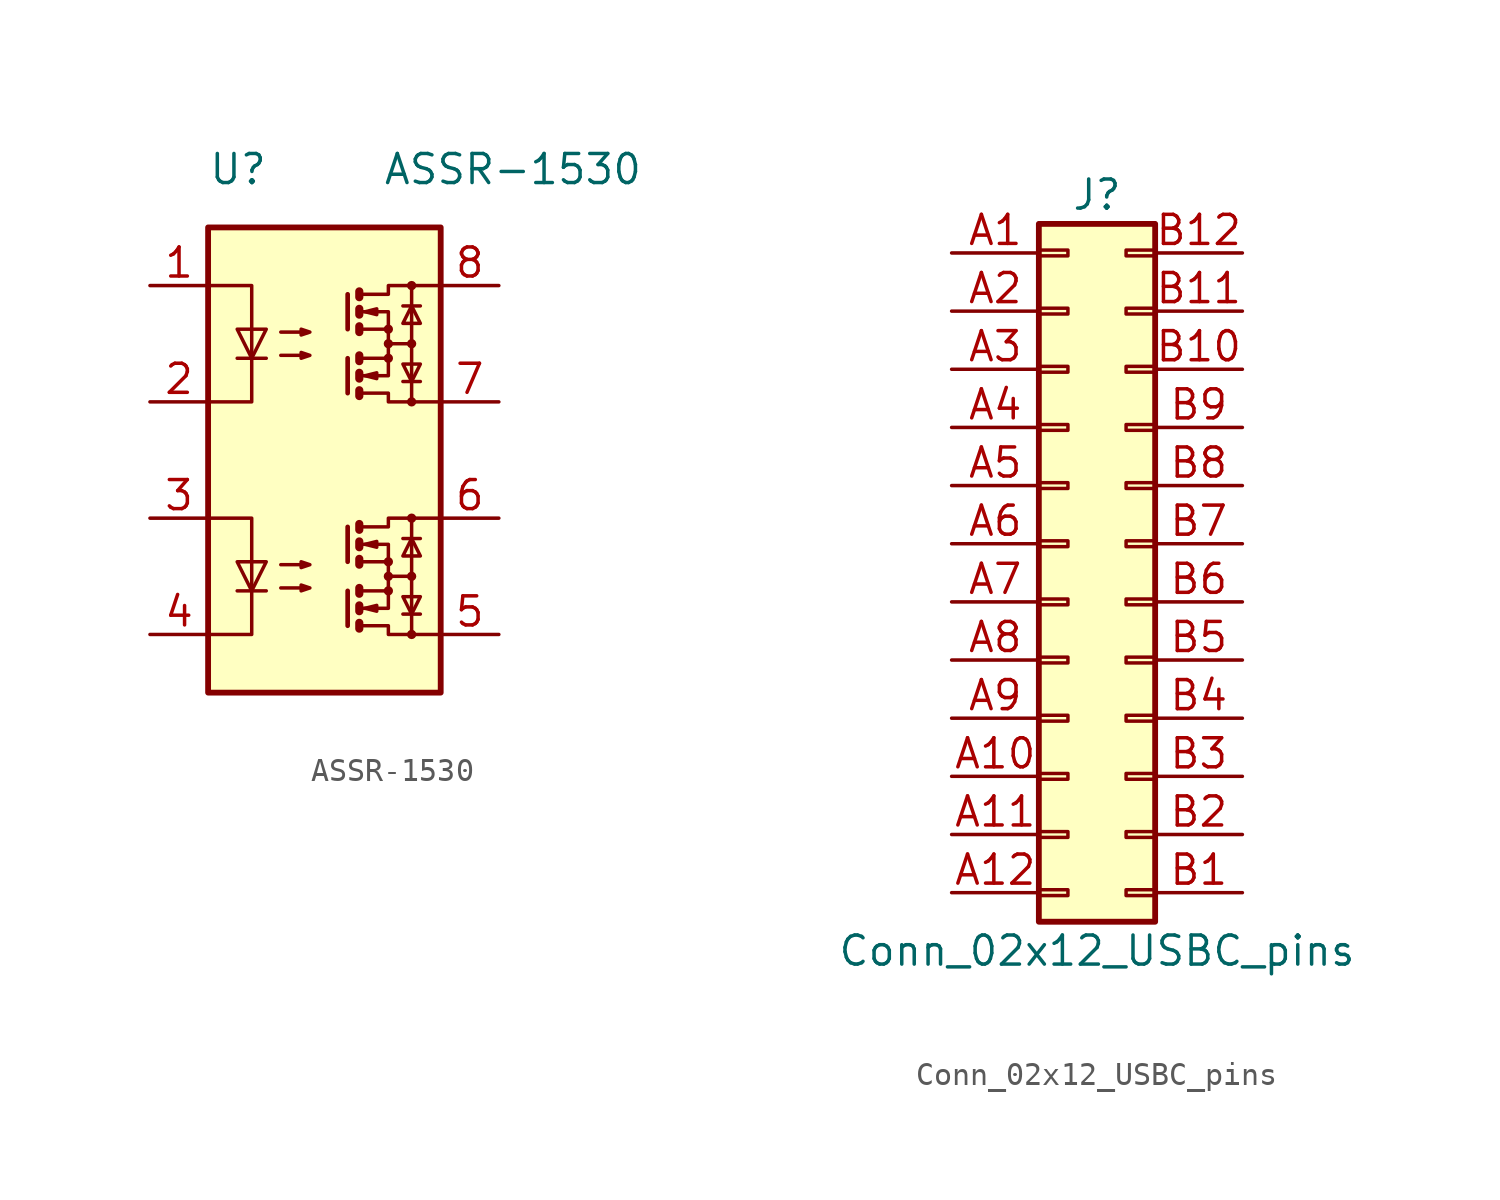
<source format=kicad_sym>
(kicad_symbol_lib
  (version 20201005)
  (generator kicad_symbol_editor)
  (symbol "ASSR-1530"
    (pin_names
      (offset 1.016))
    (property "Reference" "U"
      (at -5.08 12.7 0)
      (effects (font (size 1.27 1.27)) (justify left)))
    (property "Value" "ASSR-1530"
      (at 2.54 12.7 0)
      (effects (font (size 1.27 1.27)) (justify left)))
    (symbol "ASSR-1530_0_1"
      (circle (center 2.794 4.445) (radius 0.127) (stroke (width 0)) (fill (type none)))
      (circle (center 2.794 5.08) (radius 0.127) (stroke (width 0)) (fill (type none)))
      (circle (center 2.794 5.715) (radius 0.127) (stroke (width 0)) (fill (type none)))
      (circle (center 3.81 2.54) (radius 0.127) (stroke (width 0)) (fill (type none)))
      (circle (center 3.81 5.08) (radius 0.127) (stroke (width 0)) (fill (type none)))
      (circle (center 3.81 7.62) (radius 0.127) (stroke (width 0)) (fill (type none)))
      (rectangle (start -5.08 -10.16) (end 5.08 10.16) (stroke (width 0.254)) (fill (type background)))
      (polyline (pts (xy -3.81 4.445) (xy -2.54 4.445)) (stroke (width 0)) (fill (type none)))
      (polyline (pts (xy -3.175 5.715) (xy -3.175 4.445)) (stroke (width 0)) (fill (type none)))
      (polyline (pts (xy 1.016 4.445) (xy 1.016 2.921)) (stroke (width 0.203)) (fill (type none)))
      (polyline (pts (xy 1.016 7.239) (xy 1.016 5.715)) (stroke (width 0.203)) (fill (type none)))
      (polyline (pts (xy 1.524 4.572) (xy 1.524 4.318)) (stroke (width 0.356)) (fill (type none)))
      (polyline (pts (xy 2.794 5.08) (xy 3.81 5.08)) (stroke (width 0)) (fill (type none)))
      (polyline (pts (xy 3.429 3.429) (xy 4.191 3.429)) (stroke (width 0)) (fill (type none)))
      (polyline (pts (xy 3.429 6.731) (xy 4.191 6.731)) (stroke (width 0)) (fill (type none)))
      (polyline (pts (xy 3.81 5.08) (xy 3.81 2.54)) (stroke (width 0)) (fill (type none)))
      (polyline (pts (xy 3.81 5.08) (xy 3.81 7.62)) (stroke (width 0)) (fill (type none)))
      (polyline (pts (xy -5.08 7.62) (xy -3.175 7.62) (xy -3.175 5.715)) (stroke (width 0)) (fill (type none)))
      (polyline (pts (xy -3.175 4.445) (xy -3.175 2.54) (xy -5.08 2.54)) (stroke (width 0)) (fill (type none)))
      (polyline (pts (xy 1.524 3.048) (xy 1.524 2.794) (xy 1.524 2.794)) (stroke (width 0.356)) (fill (type none)))
      (polyline (pts (xy 1.524 3.81) (xy 1.524 3.556) (xy 1.524 3.556)) (stroke (width 0.356)) (fill (type none)))
      (polyline (pts (xy 1.524 5.842) (xy 1.524 5.588) (xy 1.524 5.588)) (stroke (width 0.356)) (fill (type none)))
      (polyline (pts (xy 1.524 6.604) (xy 1.524 6.35) (xy 1.524 6.35)) (stroke (width 0.356)) (fill (type none)))
      (polyline (pts (xy 1.524 7.366) (xy 1.524 7.112) (xy 1.524 7.112)) (stroke (width 0.356)) (fill (type none)))
      (polyline (pts (xy 1.651 3.683) (xy 2.794 3.683) (xy 2.794 4.445)) (stroke (width 0)) (fill (type none)))
      (polyline (pts (xy 1.651 6.477) (xy 2.794 6.477) (xy 2.794 5.715)) (stroke (width 0)) (fill (type none)))
      (polyline (pts (xy -3.175 4.445) (xy -3.81 5.715) (xy -2.54 5.715) (xy -3.175 4.445)) (stroke (width 0)) (fill (type none)))
      (polyline (pts (xy 1.651 2.921) (xy 2.794 2.921) (xy 2.794 2.54) (xy 5.08 2.54)) (stroke (width 0)) (fill (type none)))
      (polyline (pts (xy 1.651 4.445) (xy 2.794 4.445) (xy 2.794 5.715) (xy 1.651 5.715)) (stroke (width 0)) (fill (type none)))
      (polyline (pts (xy 1.651 7.239) (xy 2.794 7.239) (xy 2.794 7.62) (xy 5.08 7.62)) (stroke (width 0)) (fill (type none)))
      (polyline (pts (xy 1.778 3.683) (xy 2.286 3.81) (xy 2.286 3.556) (xy 1.778 3.683)) (stroke (width 0)) (fill (type none)))
      (polyline (pts (xy 1.778 6.477) (xy 2.286 6.604) (xy 2.286 6.35) (xy 1.778 6.477)) (stroke (width 0)) (fill (type none)))
      (polyline (pts (xy 3.81 3.429) (xy 3.429 4.191) (xy 4.191 4.191) (xy 3.81 3.429)) (stroke (width 0)) (fill (type none)))
      (polyline (pts (xy 3.81 6.731) (xy 3.429 5.969) (xy 4.191 5.969) (xy 3.81 6.731)) (stroke (width 0)) (fill (type none)))
      (polyline (pts (xy -1.905 4.572) (xy -0.635 4.572) (xy -1.016 4.445) (xy -1.016 4.699) (xy -0.635 4.572)) (stroke (width 0)) (fill (type none)))
      (polyline (pts (xy -1.905 5.588) (xy -0.635 5.588) (xy -1.016 5.461) (xy -1.016 5.715) (xy -0.635 5.588)) (stroke (width 0)) (fill (type none))))
    (symbol "ASSR-1530_1_1"
      (circle (center 2.794 -5.715) (radius 0.127) (stroke (width 0)) (fill (type none)))
      (circle (center 2.794 -5.08) (radius 0.127) (stroke (width 0)) (fill (type none)))
      (circle (center 2.794 -4.445) (radius 0.127) (stroke (width 0)) (fill (type none)))
      (circle (center 3.81 -7.62) (radius 0.127) (stroke (width 0)) (fill (type none)))
      (circle (center 3.81 -5.08) (radius 0.127) (stroke (width 0)) (fill (type none)))
      (circle (center 3.81 -2.54) (radius 0.127) (stroke (width 0)) (fill (type none)))
      (polyline (pts (xy -3.81 -5.715) (xy -2.54 -5.715)) (stroke (width 0)) (fill (type none)))
      (polyline (pts (xy -3.175 -4.445) (xy -3.175 -5.715)) (stroke (width 0)) (fill (type none)))
      (polyline (pts (xy 1.016 -5.715) (xy 1.016 -7.239)) (stroke (width 0.203)) (fill (type none)))
      (polyline (pts (xy 1.016 -2.921) (xy 1.016 -4.445)) (stroke (width 0.203)) (fill (type none)))
      (polyline (pts (xy 1.524 -5.588) (xy 1.524 -5.842)) (stroke (width 0.356)) (fill (type none)))
      (polyline (pts (xy 2.794 -5.08) (xy 3.81 -5.08)) (stroke (width 0)) (fill (type none)))
      (polyline (pts (xy 3.429 -6.731) (xy 4.191 -6.731)) (stroke (width 0)) (fill (type none)))
      (polyline (pts (xy 3.429 -3.429) (xy 4.191 -3.429)) (stroke (width 0)) (fill (type none)))
      (polyline (pts (xy 3.81 -5.08) (xy 3.81 -7.62)) (stroke (width 0)) (fill (type none)))
      (polyline (pts (xy 3.81 -5.08) (xy 3.81 -2.54)) (stroke (width 0)) (fill (type none)))
      (polyline (pts (xy -5.08 -2.54) (xy -3.175 -2.54) (xy -3.175 -4.445)) (stroke (width 0)) (fill (type none)))
      (polyline (pts (xy -3.175 -5.715) (xy -3.175 -7.62) (xy -5.08 -7.62)) (stroke (width 0)) (fill (type none)))
      (polyline (pts (xy 1.524 -7.112) (xy 1.524 -7.366) (xy 1.524 -7.366)) (stroke (width 0.356)) (fill (type none)))
      (polyline (pts (xy 1.524 -6.35) (xy 1.524 -6.604) (xy 1.524 -6.604)) (stroke (width 0.356)) (fill (type none)))
      (polyline (pts (xy 1.524 -4.318) (xy 1.524 -4.572) (xy 1.524 -4.572)) (stroke (width 0.356)) (fill (type none)))
      (polyline (pts (xy 1.524 -3.556) (xy 1.524 -3.81) (xy 1.524 -3.81)) (stroke (width 0.356)) (fill (type none)))
      (polyline (pts (xy 1.524 -2.794) (xy 1.524 -3.048) (xy 1.524 -3.048)) (stroke (width 0.356)) (fill (type none)))
      (polyline (pts (xy 1.651 -6.477) (xy 2.794 -6.477) (xy 2.794 -5.715)) (stroke (width 0)) (fill (type none)))
      (polyline (pts (xy 1.651 -3.683) (xy 2.794 -3.683) (xy 2.794 -4.445)) (stroke (width 0)) (fill (type none)))
      (polyline (pts (xy -3.175 -5.715) (xy -3.81 -4.445) (xy -2.54 -4.445) (xy -3.175 -5.715)) (stroke (width 0)) (fill (type none)))
      (polyline (pts (xy 1.651 -7.239) (xy 2.794 -7.239) (xy 2.794 -7.62) (xy 5.08 -7.62)) (stroke (width 0)) (fill (type none)))
      (polyline (pts (xy 1.651 -5.715) (xy 2.794 -5.715) (xy 2.794 -4.445) (xy 1.651 -4.445)) (stroke (width 0)) (fill (type none)))
      (polyline (pts (xy 1.651 -2.921) (xy 2.794 -2.921) (xy 2.794 -2.54) (xy 5.08 -2.54)) (stroke (width 0)) (fill (type none)))
      (polyline (pts (xy 1.778 -6.477) (xy 2.286 -6.35) (xy 2.286 -6.604) (xy 1.778 -6.477)) (stroke (width 0)) (fill (type none)))
      (polyline (pts (xy 1.778 -3.683) (xy 2.286 -3.556) (xy 2.286 -3.81) (xy 1.778 -3.683)) (stroke (width 0)) (fill (type none)))
      (polyline (pts (xy 3.81 -6.731) (xy 3.429 -5.969) (xy 4.191 -5.969) (xy 3.81 -6.731)) (stroke (width 0)) (fill (type none)))
      (polyline (pts (xy 3.81 -3.429) (xy 3.429 -4.191) (xy 4.191 -4.191) (xy 3.81 -3.429)) (stroke (width 0)) (fill (type none)))
      (polyline (pts (xy -1.905 -5.588) (xy -0.635 -5.588) (xy -1.016 -5.715) (xy -1.016 -5.461) (xy -0.635 -5.588)) (stroke (width 0)) (fill (type none)))
      (polyline (pts (xy -1.905 -4.572) (xy -0.635 -4.572) (xy -1.016 -4.699) (xy -1.016 -4.445) (xy -0.635 -4.572)) (stroke (width 0)) (fill (type none)))
      (pin passive line (at -7.62 7.62 0) (length 2.54) (name "~" (effects (font (size 1.27 1.27)))) (number "1" (effects (font (size 1.27 1.27)))))
      (pin passive line (at -7.62 2.54 0) (length 2.54) (name "~" (effects (font (size 1.27 1.27)))) (number "2" (effects (font (size 1.27 1.27)))))
      (pin passive line (at -7.62 -2.54 0) (length 2.54) (name "~" (effects (font (size 1.27 1.27)))) (number "3" (effects (font (size 1.27 1.27)))))
      (pin passive line (at -7.62 -7.62 0) (length 2.54) (name "~" (effects (font (size 1.27 1.27)))) (number "4" (effects (font (size 1.27 1.27)))))
      (pin passive line (at 7.62 -7.62 180) (length 2.54) (name "~" (effects (font (size 1.27 1.27)))) (number "5" (effects (font (size 1.27 1.27)))))
      (pin passive line (at 7.62 -2.54 180) (length 2.54) (name "~" (effects (font (size 1.27 1.27)))) (number "6" (effects (font (size 1.27 1.27)))))
      (pin passive line (at 7.62 2.54 180) (length 2.54) (name "~" (effects (font (size 1.27 1.27)))) (number "7" (effects (font (size 1.27 1.27)))))
      (pin passive line (at 7.62 7.62 180) (length 2.54) (name "~" (effects (font (size 1.27 1.27)))) (number "8" (effects (font (size 1.27 1.27)))))))
  (symbol "Conn_02x12_USBC_pins"
    (pin_names
      (offset 1.016) hide)
    (property "Reference" "J"
      (at 1.27 15.24 0)
      (effects (font (size 1.27 1.27))))
    (property "Value" "Conn_02x12_USBC_pins"
      (at 1.27 -17.78 0)
      (effects (font (size 1.27 1.27))))
    (symbol "Conn_02x12_USBC_pins_1_1"
      (rectangle (start -1.27 -15.113) (end 0 -15.367) (stroke (width 0.152)) (fill (type none)))
      (rectangle (start -1.27 -12.573) (end 0 -12.827) (stroke (width 0.152)) (fill (type none)))
      (rectangle (start -1.27 -10.033) (end 0 -10.287) (stroke (width 0.152)) (fill (type none)))
      (rectangle (start -1.27 -7.493) (end 0 -7.747) (stroke (width 0.152)) (fill (type none)))
      (rectangle (start -1.27 -4.953) (end 0 -5.207) (stroke (width 0.152)) (fill (type none)))
      (rectangle (start -1.27 -2.413) (end 0 -2.667) (stroke (width 0.152)) (fill (type none)))
      (rectangle (start -1.27 0.127) (end 0 -0.127) (stroke (width 0.152)) (fill (type none)))
      (rectangle (start -1.27 2.667) (end 0 2.413) (stroke (width 0.152)) (fill (type none)))
      (rectangle (start -1.27 5.207) (end 0 4.953) (stroke (width 0.152)) (fill (type none)))
      (rectangle (start -1.27 7.747) (end 0 7.493) (stroke (width 0.152)) (fill (type none)))
      (rectangle (start -1.27 10.287) (end 0 10.033) (stroke (width 0.152)) (fill (type none)))
      (rectangle (start -1.27 12.827) (end 0 12.573) (stroke (width 0.152)) (fill (type none)))
      (rectangle (start -1.27 13.97) (end 3.81 -16.51) (stroke (width 0.254)) (fill (type background)))
      (rectangle (start 3.81 -15.113) (end 2.54 -15.367) (stroke (width 0.152)) (fill (type none)))
      (rectangle (start 3.81 -12.573) (end 2.54 -12.827) (stroke (width 0.152)) (fill (type none)))
      (rectangle (start 3.81 -10.033) (end 2.54 -10.287) (stroke (width 0.152)) (fill (type none)))
      (rectangle (start 3.81 -7.493) (end 2.54 -7.747) (stroke (width 0.152)) (fill (type none)))
      (rectangle (start 3.81 -4.953) (end 2.54 -5.207) (stroke (width 0.152)) (fill (type none)))
      (rectangle (start 3.81 -2.413) (end 2.54 -2.667) (stroke (width 0.152)) (fill (type none)))
      (rectangle (start 3.81 0.127) (end 2.54 -0.127) (stroke (width 0.152)) (fill (type none)))
      (rectangle (start 3.81 2.667) (end 2.54 2.413) (stroke (width 0.152)) (fill (type none)))
      (rectangle (start 3.81 5.207) (end 2.54 4.953) (stroke (width 0.152)) (fill (type none)))
      (rectangle (start 3.81 7.747) (end 2.54 7.493) (stroke (width 0.152)) (fill (type none)))
      (rectangle (start 3.81 10.287) (end 2.54 10.033) (stroke (width 0.152)) (fill (type none)))
      (rectangle (start 3.81 12.827) (end 2.54 12.573) (stroke (width 0.152)) (fill (type none)))
      (pin passive line (at -5.08 12.7 0) (length 3.81) (name "Pin_a1" (effects (font (size 1.27 1.27)))) (number "A1" (effects (font (size 1.27 1.27)))))
      (pin passive line (at -5.08 -10.16 0) (length 3.81) (name "Pin_a10" (effects (font (size 1.27 1.27)))) (number "A10" (effects (font (size 1.27 1.27)))))
      (pin passive line (at -5.08 -12.7 0) (length 3.81) (name "Pin_a11" (effects (font (size 1.27 1.27)))) (number "A11" (effects (font (size 1.27 1.27)))))
      (pin passive line (at -5.08 -15.24 0) (length 3.81) (name "Pin_a12" (effects (font (size 1.27 1.27)))) (number "A12" (effects (font (size 1.27 1.27)))))
      (pin passive line (at -5.08 10.16 0) (length 3.81) (name "Pin_a2" (effects (font (size 1.27 1.27)))) (number "A2" (effects (font (size 1.27 1.27)))))
      (pin passive line (at -5.08 7.62 0) (length 3.81) (name "Pin_a3" (effects (font (size 1.27 1.27)))) (number "A3" (effects (font (size 1.27 1.27)))))
      (pin passive line (at -5.08 5.08 0) (length 3.81) (name "Pin_a4" (effects (font (size 1.27 1.27)))) (number "A4" (effects (font (size 1.27 1.27)))))
      (pin passive line (at -5.08 2.54 0) (length 3.81) (name "Pin_a5" (effects (font (size 1.27 1.27)))) (number "A5" (effects (font (size 1.27 1.27)))))
      (pin passive line (at -5.08 0 0) (length 3.81) (name "Pin_a6" (effects (font (size 1.27 1.27)))) (number "A6" (effects (font (size 1.27 1.27)))))
      (pin passive line (at -5.08 -2.54 0) (length 3.81) (name "Pin_a7" (effects (font (size 1.27 1.27)))) (number "A7" (effects (font (size 1.27 1.27)))))
      (pin passive line (at -5.08 -5.08 0) (length 3.81) (name "Pin_a8" (effects (font (size 1.27 1.27)))) (number "A8" (effects (font (size 1.27 1.27)))))
      (pin passive line (at -5.08 -7.62 0) (length 3.81) (name "Pin_a9" (effects (font (size 1.27 1.27)))) (number "A9" (effects (font (size 1.27 1.27)))))
      (pin passive line (at 7.62 -15.24 180) (length 3.81) (name "Pin_b1" (effects (font (size 1.27 1.27)))) (number "B1" (effects (font (size 1.27 1.27)))))
      (pin passive line (at 7.62 7.62 180) (length 3.81) (name "Pin_b10" (effects (font (size 1.27 1.27)))) (number "B10" (effects (font (size 1.27 1.27)))))
      (pin passive line (at 7.62 10.16 180) (length 3.81) (name "Pin_b11" (effects (font (size 1.27 1.27)))) (number "B11" (effects (font (size 1.27 1.27)))))
      (pin passive line (at 7.62 12.7 180) (length 3.81) (name "Pin_b12" (effects (font (size 1.27 1.27)))) (number "B12" (effects (font (size 1.27 1.27)))))
      (pin passive line (at 7.62 -12.7 180) (length 3.81) (name "Pin_b2" (effects (font (size 1.27 1.27)))) (number "B2" (effects (font (size 1.27 1.27)))))
      (pin passive line (at 7.62 -10.16 180) (length 3.81) (name "Pin_b3" (effects (font (size 1.27 1.27)))) (number "B3" (effects (font (size 1.27 1.27)))))
      (pin passive line (at 7.62 -7.62 180) (length 3.81) (name "Pin_b4" (effects (font (size 1.27 1.27)))) (number "B4" (effects (font (size 1.27 1.27)))))
      (pin passive line (at 7.62 -5.08 180) (length 3.81) (name "Pin_b5" (effects (font (size 1.27 1.27)))) (number "B5" (effects (font (size 1.27 1.27)))))
      (pin passive line (at 7.62 -2.54 180) (length 3.81) (name "Pin_b6" (effects (font (size 1.27 1.27)))) (number "B6" (effects (font (size 1.27 1.27)))))
      (pin passive line (at 7.62 0 180) (length 3.81) (name "Pin_b7" (effects (font (size 1.27 1.27)))) (number "B7" (effects (font (size 1.27 1.27)))))
      (pin passive line (at 7.62 2.54 180) (length 3.81) (name "Pin_b8" (effects (font (size 1.27 1.27)))) (number "B8" (effects (font (size 1.27 1.27)))))
      (pin passive line (at 7.62 5.08 180) (length 3.81) (name "Pin_b9" (effects (font (size 1.27 1.27)))) (number "B9" (effects (font (size 1.27 1.27))))))))
</source>
